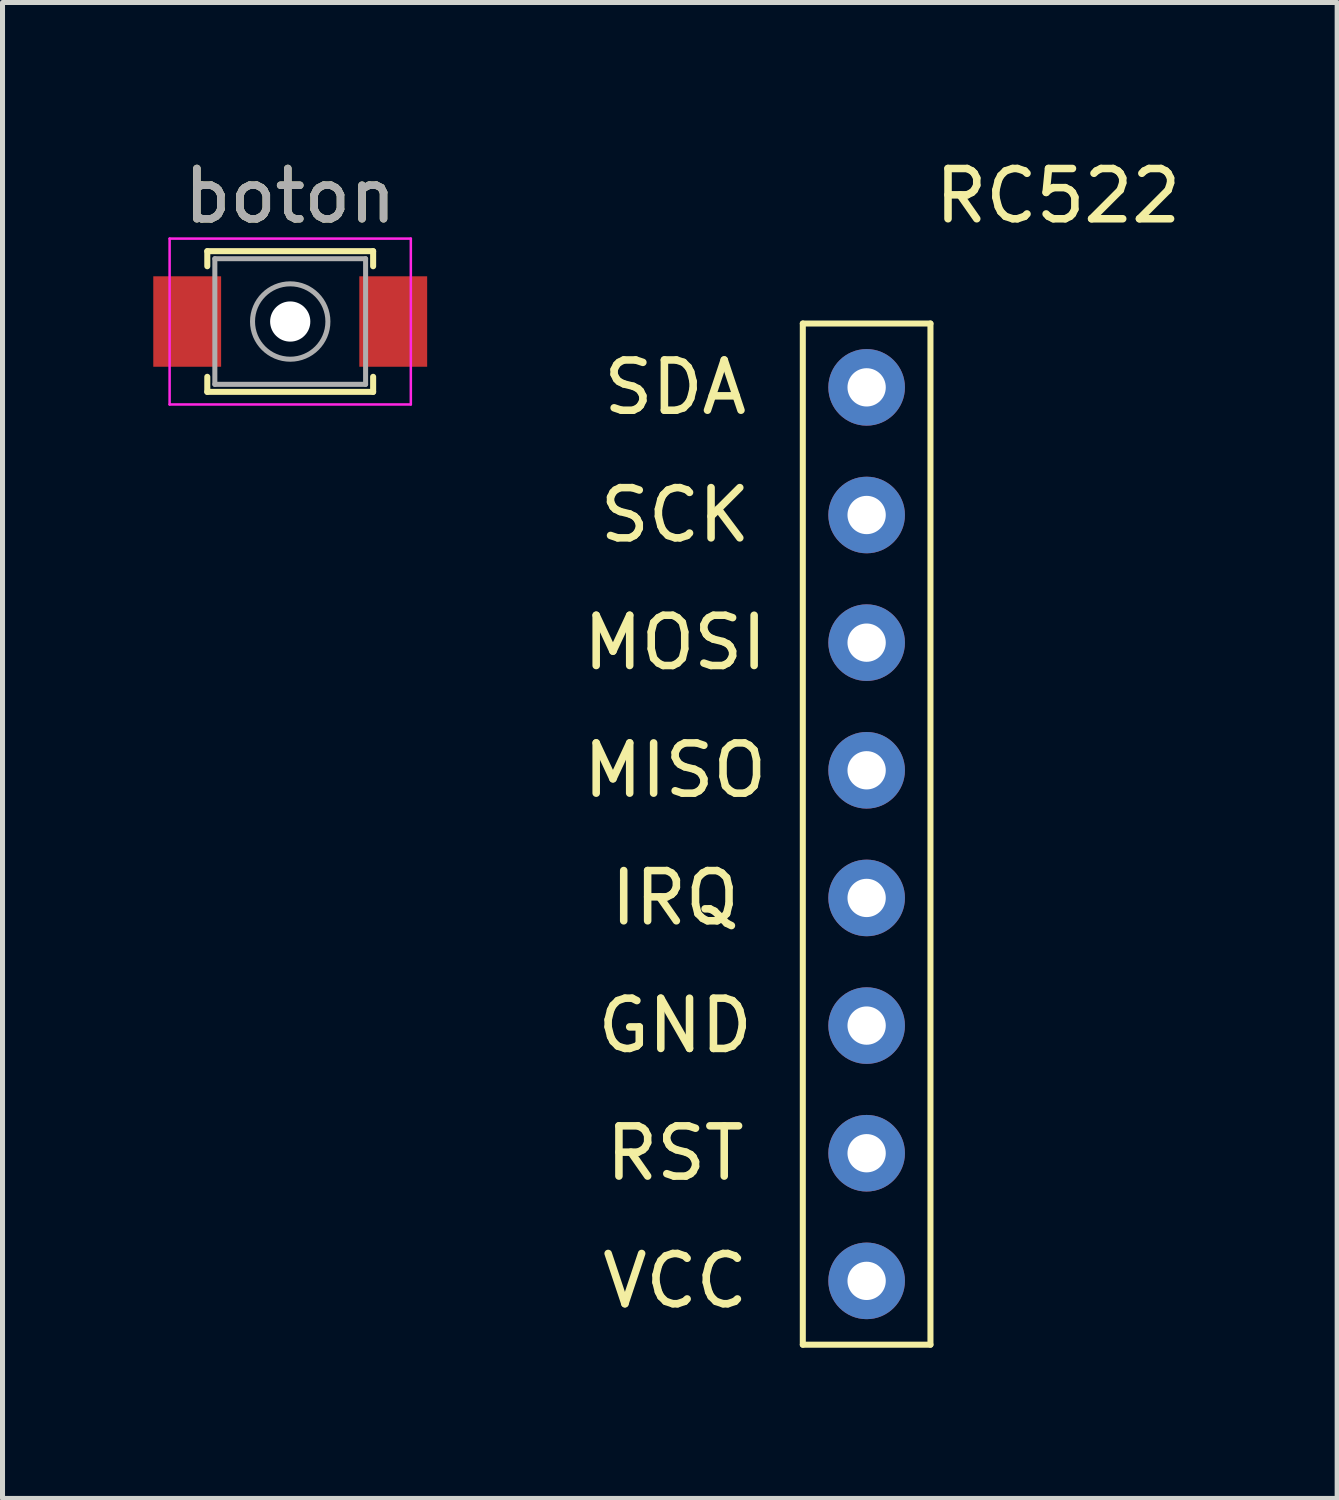
<source format=kicad_pcb>
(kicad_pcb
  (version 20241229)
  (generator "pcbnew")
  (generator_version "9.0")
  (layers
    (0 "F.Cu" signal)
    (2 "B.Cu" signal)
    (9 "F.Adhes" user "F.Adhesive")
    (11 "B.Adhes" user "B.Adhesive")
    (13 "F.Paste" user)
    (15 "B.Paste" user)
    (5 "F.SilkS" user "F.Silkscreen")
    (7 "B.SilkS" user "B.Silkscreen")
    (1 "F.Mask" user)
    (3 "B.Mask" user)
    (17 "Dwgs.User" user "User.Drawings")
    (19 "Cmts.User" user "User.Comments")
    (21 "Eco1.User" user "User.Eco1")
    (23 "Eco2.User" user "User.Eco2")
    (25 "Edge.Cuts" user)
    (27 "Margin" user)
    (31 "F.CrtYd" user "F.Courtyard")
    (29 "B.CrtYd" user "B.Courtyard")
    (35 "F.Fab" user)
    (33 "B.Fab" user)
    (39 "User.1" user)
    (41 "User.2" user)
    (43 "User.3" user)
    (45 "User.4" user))
  (footprint "RC522"
    (layer "F.Cu")
    (at 14.195 22.438)
    (property "Reference" "RC522" (at 3.81 -21.59 0) (layer "F.SilkS") (effects (font (size 1 1) (thickness 0.15))))
    (attr through_hole)
    (fp_line (start -1.27 -19.05) (end 1.27 -19.05) (stroke (width 0.12) (type solid)) (layer "F.SilkS"))
    (fp_line (start -1.27 1.27) (end -1.27 -19.05) (stroke (width 0.12) (type solid)) (layer "F.SilkS"))
    (fp_line (start 1.27 -19.05) (end 1.27 1.27) (stroke (width 0.12) (type solid)) (layer "F.SilkS"))
    (fp_line (start 1.27 1.27) (end -1.27 1.27) (stroke (width 0.12) (type solid)) (layer "F.SilkS"))
    (fp_text user "RST" (at -3.81 -2.54 0) (layer "F.SilkS") (effects (font (size 1 1) (thickness 0.15))))
    (fp_text user "MOSI" (at -3.81 -12.7 0) (layer "F.SilkS") (effects (font (size 1 1) (thickness 0.15))))
    (fp_text user "SDA" (at -3.81 -17.78 0) (layer "F.SilkS") (effects (font (size 1 1) (thickness 0.15))))
    (fp_text user "MISO" (at -3.81 -10.16 0) (layer "F.SilkS") (effects (font (size 1 1) (thickness 0.15))))
    (fp_text user "VCC" (at -3.81 0 0) (layer "F.SilkS") (effects (font (size 1 1) (thickness 0.15))))
    (fp_text user "IRQ" (at -3.81 -7.62 0) (layer "F.SilkS") (effects (font (size 1 1) (thickness 0.15))))
    (fp_text user "SCK" (at -3.81 -15.24 0) (layer "F.SilkS") (effects (font (size 1 1) (thickness 0.15))))
    (fp_text user "GND" (at -3.81 -5.08 0) (layer "F.SilkS") (effects (font (size 1 1) (thickness 0.15))))
    (pad "1" thru_hole circle (at 0 0) (size 1.524 1.524) (drill 0.762) (layers "*.Cu" "*.Mask"))
    (pad "2" thru_hole circle (at 0 -2.54) (size 1.524 1.524) (drill 0.762) (layers "*.Cu" "*.Mask"))
    (pad "3" thru_hole circle (at 0 -5.08) (size 1.524 1.524) (drill 0.762) (layers "*.Cu" "*.Mask"))
    (pad "4" thru_hole circle (at 0 -7.62) (size 1.524 1.524) (drill 0.762) (layers "*.Cu" "*.Mask"))
    (pad "5" thru_hole circle (at 0 -10.16) (size 1.524 1.524) (drill 0.762) (layers "*.Cu" "*.Mask"))
    (pad "6" thru_hole circle (at 0 -12.7) (size 1.524 1.524) (drill 0.762) (layers "*.Cu" "*.Mask"))
    (pad "7" thru_hole circle (at 0 -15.24) (size 1.524 1.524) (drill 0.762) (layers "*.Cu" "*.Mask"))
    (pad "8" thru_hole circle (at 0 -17.78) (size 1.524 1.524) (drill 0.762) (layers "*.Cu" "*.Mask")))
  (footprint "boton"
    (layer "F.Cu")
    (at 2.725 3.348)
    (property "Reference" "boton" (at 0 -2.5 0) (layer "F.SilkS") (effects (font (size 1 1) (thickness 0.15))))
    (attr smd)
    (fp_line (start -1.65 -1.4) (end 1.65 -1.4) (stroke (width 0.12) (type solid)) (layer "F.SilkS"))
    (fp_line (start -1.65 -1.1) (end -1.65 -1.4) (stroke (width 0.12) (type solid)) (layer "F.SilkS"))
    (fp_line (start -1.65 1.1) (end -1.65 1.4) (stroke (width 0.12) (type solid)) (layer "F.SilkS"))
    (fp_line (start -1.65 1.4) (end 1.65 1.4) (stroke (width 0.12) (type solid)) (layer "F.SilkS"))
    (fp_line (start 1.65 -1.4) (end 1.65 -1.1) (stroke (width 0.12) (type solid)) (layer "F.SilkS"))
    (fp_line (start 1.65 1.4) (end 1.65 1.1) (stroke (width 0.12) (type solid)) (layer "F.SilkS"))
    (fp_line (start -2.4 -1.65) (end -2.4 1.65) (stroke (width 0.05) (type solid)) (layer "F.CrtYd"))
    (fp_line (start -2.4 1.65) (end 2.4 1.65) (stroke (width 0.05) (type solid)) (layer "F.CrtYd"))
    (fp_line (start 2.4 -1.65) (end -2.4 -1.65) (stroke (width 0.05) (type solid)) (layer "F.CrtYd"))
    (fp_line (start 2.4 1.65) (end 2.4 -1.65) (stroke (width 0.05) (type solid)) (layer "F.CrtYd"))
    (fp_line (start -1.5 -1.25) (end 1.5 -1.25) (stroke (width 0.1) (type solid)) (layer "F.Fab"))
    (fp_line (start -1.5 1.25) (end -1.5 -1.25) (stroke (width 0.1) (type solid)) (layer "F.Fab"))
    (fp_line (start 1.5 -1.25) (end 1.5 1.25) (stroke (width 0.1) (type solid)) (layer "F.Fab"))
    (fp_line (start 1.5 1.25) (end -1.5 1.25) (stroke (width 0.1) (type solid)) (layer "F.Fab"))
    (fp_circle (center 0 0) (end 0.75 0) (stroke (width 0.1) (type solid)) (fill no) (layer "F.Fab"))
    (fp_text user "${REFERENCE}" (at 0 -2.5 0) (layer "F.Fab") (effects (font (size 1 1) (thickness 0.15))))
    (pad "" np_thru_hole circle (at 0 0) (size 0.8 0.8) (drill 0.8) (layers "*.Cu" "*.Mask"))
    (pad "1" smd rect (at -2.05 0) (size 1.35 1.8) (layers "F.Cu" "F.Mask" "F.Paste"))
    (pad "2" smd rect (at 2.05 0) (size 1.35 1.8) (layers "F.Cu" "F.Mask" "F.Paste")))
  (gr_rect
    (start -3 -3)
    (end 23.558 26.768)
    (stroke (width 0.1) (type default))
    (fill no)
    (layer "Edge.Cuts")))
</source>
